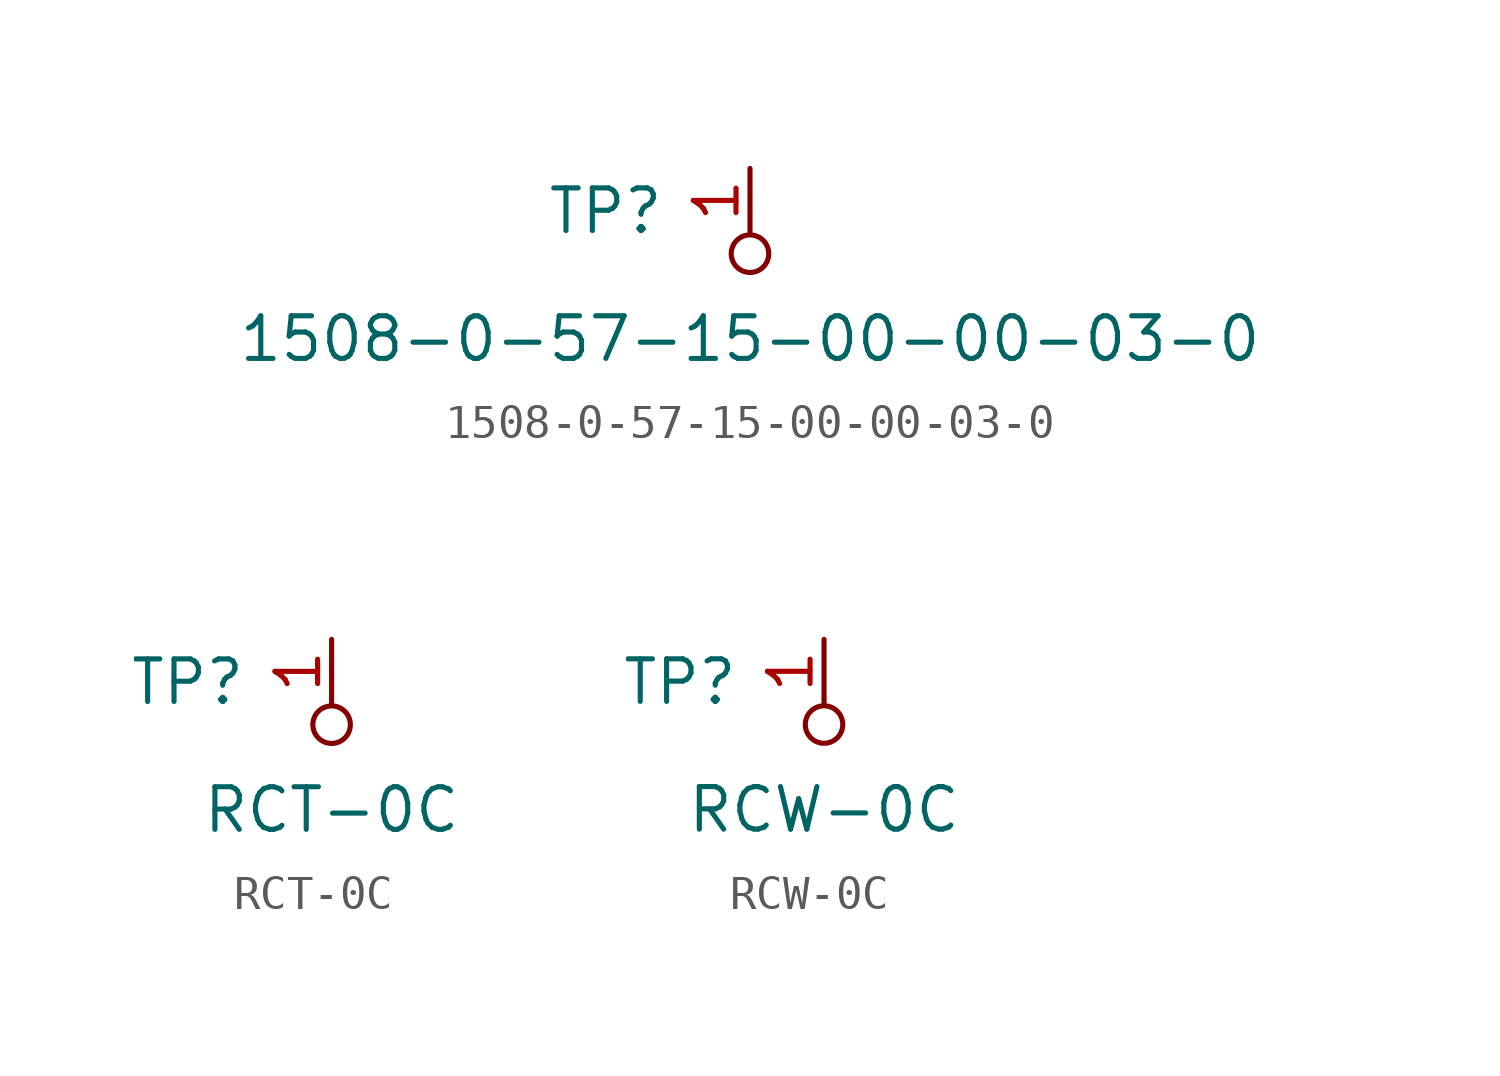
<source format=kicad_sym>
(kicad_symbol_lib
  (version 20231120)
  (generator "kicad_symbol_editor")
  (generator_version "8.0")
  (symbol "1508-0-57-15-00-00-03-0"
    (pin_names
      (offset 1.016))
    (property "Reference" "TP"
      (at -2.54 1.27 0)
      (effects (font (size 1.27 1.27)) (justify right)))
    (property "Value" "1508-0-57-15-00-00-03-0"
      (at 0 -2.54 0)
      (effects (font (size 1.27 1.27))))
    (symbol "1508-0-57-15-00-00-03-0_0_1"
      (circle (center 0 0) (radius 0.559) (stroke (width 0) (type solid)) (fill (type none))))
    (symbol "1508-0-57-15-00-00-03-0_1_1"
      (pin passive line (at 0 2.54 270) (length 1.905) (name "~" (effects (font (size 1.27 1.27)))) (number "1" (effects (font (size 1.27 1.27)))))))
  (symbol "RCT-0C"
    (pin_names
      (offset 1.016))
    (property "Reference" "TP"
      (at -2.54 1.27 0)
      (effects (font (size 1.27 1.27)) (justify right)))
    (property "Value" "RCT-0C"
      (at 0 -2.54 0)
      (effects (font (size 1.27 1.27))))
    (symbol "RCT-0C_0_1"
      (circle (center 0 0) (radius 0.559) (stroke (width 0) (type solid)) (fill (type none))))
    (symbol "RCT-0C_1_1"
      (pin passive line (at 0 2.54 270) (length 1.905) (name "~" (effects (font (size 1.27 1.27)))) (number "1" (effects (font (size 1.27 1.27)))))))
  (symbol "RCW-0C"
    (pin_names
      (offset 1.016))
    (property "Reference" "TP"
      (at -2.54 1.27 0)
      (effects (font (size 1.27 1.27)) (justify right)))
    (property "Value" "RCW-0C"
      (at 0 -2.54 0)
      (effects (font (size 1.27 1.27))))
    (symbol "RCW-0C_1_1"
      (circle (center 0 0) (radius 0.559) (stroke (width 0) (type solid)) (fill (type none)))
      (pin passive line (at 0 2.54 270) (length 1.905) (name "~" (effects (font (size 1.27 1.27)))) (number "1" (effects (font (size 1.27 1.27))))))))
</source>
